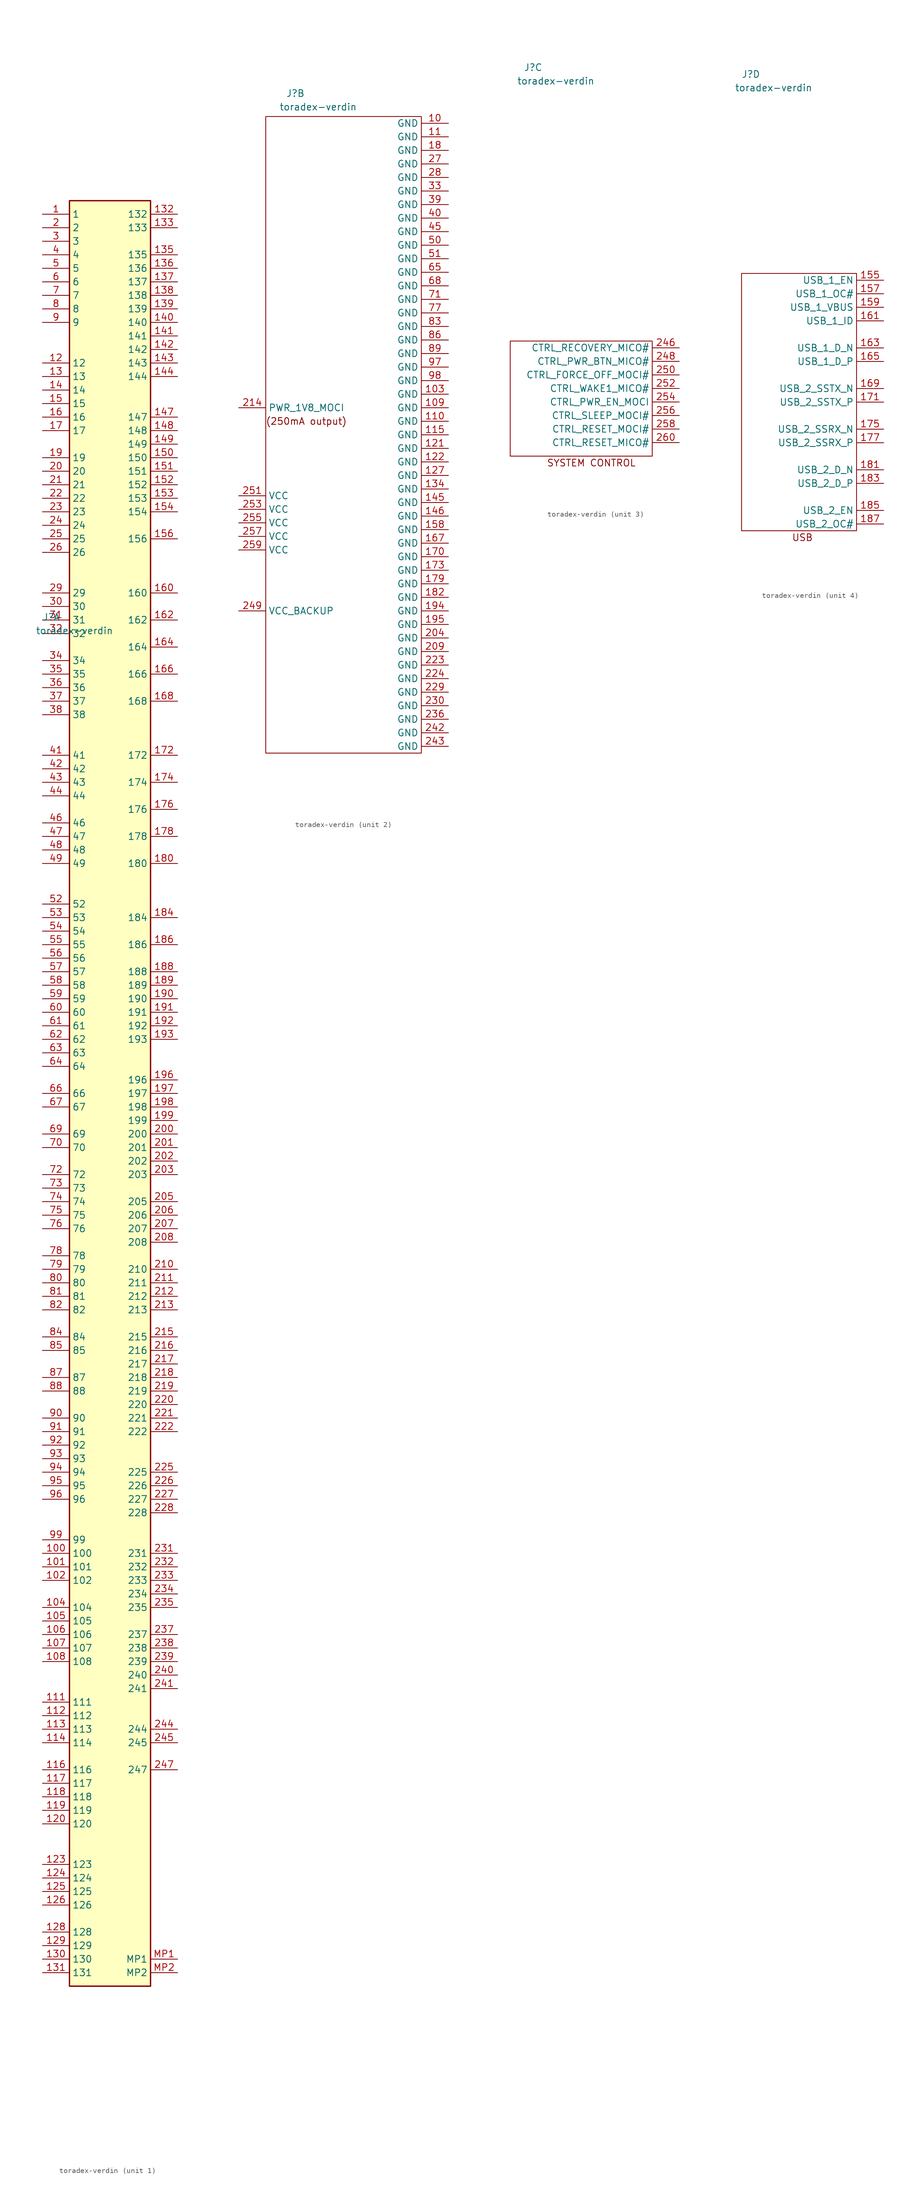
<source format=kicad_sym>
(kicad_symbol_lib
  (version 20220914)
  (generator kicad_symbol_editor)
  (symbol "toradex-verdin"
    (property "Reference" "J"
      (at -12.7 62.23 0)
      (effects (font (size 1.27 1.27)) (justify left top)))
    (property "Value" "toradex-verdin"
      (at -13.97 59.69 0)
      (effects (font (size 1.27 1.27)) (justify left top)))
    (property "ki_locked" ""
      (at 0 0 0)
      (effects (font (size 1.27 1.27))))
    (symbol "toradex-verdin_1_1"
      (rectangle (start -7.62 139.7) (end 7.62 -195.58) (stroke (width 0.254) (type default)) (fill (type background)))
      (pin passive line (at -12.7 137.16 0) (length 5.08) (name "1" (effects (font (size 1.27 1.27)))) (number "1" (effects (font (size 1.27 1.27)))))
      (pin passive line (at -12.7 -114.3 0) (length 5.08) (name "100" (effects (font (size 1.27 1.27)))) (number "100" (effects (font (size 1.27 1.27)))))
      (pin passive line (at -12.7 -116.84 0) (length 5.08) (name "101" (effects (font (size 1.27 1.27)))) (number "101" (effects (font (size 1.27 1.27)))))
      (pin passive line (at -12.7 -119.38 0) (length 5.08) (name "102" (effects (font (size 1.27 1.27)))) (number "102" (effects (font (size 1.27 1.27)))))
      (pin passive line (at -12.7 -124.46 0) (length 5.08) (name "104" (effects (font (size 1.27 1.27)))) (number "104" (effects (font (size 1.27 1.27)))))
      (pin passive line (at -12.7 -127 0) (length 5.08) (name "105" (effects (font (size 1.27 1.27)))) (number "105" (effects (font (size 1.27 1.27)))))
      (pin passive line (at -12.7 -129.54 0) (length 5.08) (name "106" (effects (font (size 1.27 1.27)))) (number "106" (effects (font (size 1.27 1.27)))))
      (pin passive line (at -12.7 -132.08 0) (length 5.08) (name "107" (effects (font (size 1.27 1.27)))) (number "107" (effects (font (size 1.27 1.27)))))
      (pin passive line (at -12.7 -134.62 0) (length 5.08) (name "108" (effects (font (size 1.27 1.27)))) (number "108" (effects (font (size 1.27 1.27)))))
      (pin passive line (at -12.7 -142.24 0) (length 5.08) (name "111" (effects (font (size 1.27 1.27)))) (number "111" (effects (font (size 1.27 1.27)))))
      (pin passive line (at -12.7 -144.78 0) (length 5.08) (name "112" (effects (font (size 1.27 1.27)))) (number "112" (effects (font (size 1.27 1.27)))))
      (pin passive line (at -12.7 -147.32 0) (length 5.08) (name "113" (effects (font (size 1.27 1.27)))) (number "113" (effects (font (size 1.27 1.27)))))
      (pin passive line (at -12.7 -149.86 0) (length 5.08) (name "114" (effects (font (size 1.27 1.27)))) (number "114" (effects (font (size 1.27 1.27)))))
      (pin passive line (at -12.7 -154.94 0) (length 5.08) (name "116" (effects (font (size 1.27 1.27)))) (number "116" (effects (font (size 1.27 1.27)))))
      (pin passive line (at -12.7 -157.48 0) (length 5.08) (name "117" (effects (font (size 1.27 1.27)))) (number "117" (effects (font (size 1.27 1.27)))))
      (pin passive line (at -12.7 -160.02 0) (length 5.08) (name "118" (effects (font (size 1.27 1.27)))) (number "118" (effects (font (size 1.27 1.27)))))
      (pin passive line (at -12.7 -162.56 0) (length 5.08) (name "119" (effects (font (size 1.27 1.27)))) (number "119" (effects (font (size 1.27 1.27)))))
      (pin passive line (at -12.7 109.22 0) (length 5.08) (name "12" (effects (font (size 1.27 1.27)))) (number "12" (effects (font (size 1.27 1.27)))))
      (pin passive line (at -12.7 -165.1 0) (length 5.08) (name "120" (effects (font (size 1.27 1.27)))) (number "120" (effects (font (size 1.27 1.27)))))
      (pin passive line (at -12.7 -172.72 0) (length 5.08) (name "123" (effects (font (size 1.27 1.27)))) (number "123" (effects (font (size 1.27 1.27)))))
      (pin passive line (at -12.7 -175.26 0) (length 5.08) (name "124" (effects (font (size 1.27 1.27)))) (number "124" (effects (font (size 1.27 1.27)))))
      (pin passive line (at -12.7 -177.8 0) (length 5.08) (name "125" (effects (font (size 1.27 1.27)))) (number "125" (effects (font (size 1.27 1.27)))))
      (pin passive line (at -12.7 -180.34 0) (length 5.08) (name "126" (effects (font (size 1.27 1.27)))) (number "126" (effects (font (size 1.27 1.27)))))
      (pin passive line (at -12.7 -185.42 0) (length 5.08) (name "128" (effects (font (size 1.27 1.27)))) (number "128" (effects (font (size 1.27 1.27)))))
      (pin passive line (at -12.7 -187.96 0) (length 5.08) (name "129" (effects (font (size 1.27 1.27)))) (number "129" (effects (font (size 1.27 1.27)))))
      (pin passive line (at -12.7 106.68 0) (length 5.08) (name "13" (effects (font (size 1.27 1.27)))) (number "13" (effects (font (size 1.27 1.27)))))
      (pin passive line (at -12.7 -190.5 0) (length 5.08) (name "130" (effects (font (size 1.27 1.27)))) (number "130" (effects (font (size 1.27 1.27)))))
      (pin passive line (at -12.7 -193.04 0) (length 5.08) (name "131" (effects (font (size 1.27 1.27)))) (number "131" (effects (font (size 1.27 1.27)))))
      (pin passive line (at 12.7 137.16 180) (length 5.08) (name "132" (effects (font (size 1.27 1.27)))) (number "132" (effects (font (size 1.27 1.27)))))
      (pin passive line (at 12.7 134.62 180) (length 5.08) (name "133" (effects (font (size 1.27 1.27)))) (number "133" (effects (font (size 1.27 1.27)))))
      (pin passive line (at 12.7 129.54 180) (length 5.08) (name "135" (effects (font (size 1.27 1.27)))) (number "135" (effects (font (size 1.27 1.27)))))
      (pin passive line (at 12.7 127 180) (length 5.08) (name "136" (effects (font (size 1.27 1.27)))) (number "136" (effects (font (size 1.27 1.27)))))
      (pin passive line (at 12.7 124.46 180) (length 5.08) (name "137" (effects (font (size 1.27 1.27)))) (number "137" (effects (font (size 1.27 1.27)))))
      (pin passive line (at 12.7 121.92 180) (length 5.08) (name "138" (effects (font (size 1.27 1.27)))) (number "138" (effects (font (size 1.27 1.27)))))
      (pin passive line (at 12.7 119.38 180) (length 5.08) (name "139" (effects (font (size 1.27 1.27)))) (number "139" (effects (font (size 1.27 1.27)))))
      (pin passive line (at -12.7 104.14 0) (length 5.08) (name "14" (effects (font (size 1.27 1.27)))) (number "14" (effects (font (size 1.27 1.27)))))
      (pin passive line (at 12.7 116.84 180) (length 5.08) (name "140" (effects (font (size 1.27 1.27)))) (number "140" (effects (font (size 1.27 1.27)))))
      (pin passive line (at 12.7 114.3 180) (length 5.08) (name "141" (effects (font (size 1.27 1.27)))) (number "141" (effects (font (size 1.27 1.27)))))
      (pin passive line (at 12.7 111.76 180) (length 5.08) (name "142" (effects (font (size 1.27 1.27)))) (number "142" (effects (font (size 1.27 1.27)))))
      (pin passive line (at 12.7 109.22 180) (length 5.08) (name "143" (effects (font (size 1.27 1.27)))) (number "143" (effects (font (size 1.27 1.27)))))
      (pin passive line (at 12.7 106.68 180) (length 5.08) (name "144" (effects (font (size 1.27 1.27)))) (number "144" (effects (font (size 1.27 1.27)))))
      (pin passive line (at 12.7 99.06 180) (length 5.08) (name "147" (effects (font (size 1.27 1.27)))) (number "147" (effects (font (size 1.27 1.27)))))
      (pin passive line (at 12.7 96.52 180) (length 5.08) (name "148" (effects (font (size 1.27 1.27)))) (number "148" (effects (font (size 1.27 1.27)))))
      (pin passive line (at 12.7 93.98 180) (length 5.08) (name "149" (effects (font (size 1.27 1.27)))) (number "149" (effects (font (size 1.27 1.27)))))
      (pin passive line (at -12.7 101.6 0) (length 5.08) (name "15" (effects (font (size 1.27 1.27)))) (number "15" (effects (font (size 1.27 1.27)))))
      (pin passive line (at 12.7 91.44 180) (length 5.08) (name "150" (effects (font (size 1.27 1.27)))) (number "150" (effects (font (size 1.27 1.27)))))
      (pin passive line (at 12.7 88.9 180) (length 5.08) (name "151" (effects (font (size 1.27 1.27)))) (number "151" (effects (font (size 1.27 1.27)))))
      (pin passive line (at 12.7 86.36 180) (length 5.08) (name "152" (effects (font (size 1.27 1.27)))) (number "152" (effects (font (size 1.27 1.27)))))
      (pin passive line (at 12.7 83.82 180) (length 5.08) (name "153" (effects (font (size 1.27 1.27)))) (number "153" (effects (font (size 1.27 1.27)))))
      (pin passive line (at 12.7 81.28 180) (length 5.08) (name "154" (effects (font (size 1.27 1.27)))) (number "154" (effects (font (size 1.27 1.27)))))
      (pin passive line (at 12.7 76.2 180) (length 5.08) (name "156" (effects (font (size 1.27 1.27)))) (number "156" (effects (font (size 1.27 1.27)))))
      (pin passive line (at -12.7 99.06 0) (length 5.08) (name "16" (effects (font (size 1.27 1.27)))) (number "16" (effects (font (size 1.27 1.27)))))
      (pin passive line (at 12.7 66.04 180) (length 5.08) (name "160" (effects (font (size 1.27 1.27)))) (number "160" (effects (font (size 1.27 1.27)))))
      (pin passive line (at 12.7 60.96 180) (length 5.08) (name "162" (effects (font (size 1.27 1.27)))) (number "162" (effects (font (size 1.27 1.27)))))
      (pin passive line (at 12.7 55.88 180) (length 5.08) (name "164" (effects (font (size 1.27 1.27)))) (number "164" (effects (font (size 1.27 1.27)))))
      (pin passive line (at 12.7 50.8 180) (length 5.08) (name "166" (effects (font (size 1.27 1.27)))) (number "166" (effects (font (size 1.27 1.27)))))
      (pin passive line (at 12.7 45.72 180) (length 5.08) (name "168" (effects (font (size 1.27 1.27)))) (number "168" (effects (font (size 1.27 1.27)))))
      (pin passive line (at -12.7 96.52 0) (length 5.08) (name "17" (effects (font (size 1.27 1.27)))) (number "17" (effects (font (size 1.27 1.27)))))
      (pin passive line (at 12.7 35.56 180) (length 5.08) (name "172" (effects (font (size 1.27 1.27)))) (number "172" (effects (font (size 1.27 1.27)))))
      (pin passive line (at 12.7 30.48 180) (length 5.08) (name "174" (effects (font (size 1.27 1.27)))) (number "174" (effects (font (size 1.27 1.27)))))
      (pin passive line (at 12.7 25.4 180) (length 5.08) (name "176" (effects (font (size 1.27 1.27)))) (number "176" (effects (font (size 1.27 1.27)))))
      (pin passive line (at 12.7 20.32 180) (length 5.08) (name "178" (effects (font (size 1.27 1.27)))) (number "178" (effects (font (size 1.27 1.27)))))
      (pin passive line (at 12.7 15.24 180) (length 5.08) (name "180" (effects (font (size 1.27 1.27)))) (number "180" (effects (font (size 1.27 1.27)))))
      (pin passive line (at 12.7 5.08 180) (length 5.08) (name "184" (effects (font (size 1.27 1.27)))) (number "184" (effects (font (size 1.27 1.27)))))
      (pin passive line (at 12.7 0 180) (length 5.08) (name "186" (effects (font (size 1.27 1.27)))) (number "186" (effects (font (size 1.27 1.27)))))
      (pin passive line (at 12.7 -5.08 180) (length 5.08) (name "188" (effects (font (size 1.27 1.27)))) (number "188" (effects (font (size 1.27 1.27)))))
      (pin passive line (at 12.7 -7.62 180) (length 5.08) (name "189" (effects (font (size 1.27 1.27)))) (number "189" (effects (font (size 1.27 1.27)))))
      (pin passive line (at -12.7 91.44 0) (length 5.08) (name "19" (effects (font (size 1.27 1.27)))) (number "19" (effects (font (size 1.27 1.27)))))
      (pin passive line (at 12.7 -10.16 180) (length 5.08) (name "190" (effects (font (size 1.27 1.27)))) (number "190" (effects (font (size 1.27 1.27)))))
      (pin passive line (at 12.7 -12.7 180) (length 5.08) (name "191" (effects (font (size 1.27 1.27)))) (number "191" (effects (font (size 1.27 1.27)))))
      (pin passive line (at 12.7 -15.24 180) (length 5.08) (name "192" (effects (font (size 1.27 1.27)))) (number "192" (effects (font (size 1.27 1.27)))))
      (pin passive line (at 12.7 -17.78 180) (length 5.08) (name "193" (effects (font (size 1.27 1.27)))) (number "193" (effects (font (size 1.27 1.27)))))
      (pin passive line (at 12.7 -25.4 180) (length 5.08) (name "196" (effects (font (size 1.27 1.27)))) (number "196" (effects (font (size 1.27 1.27)))))
      (pin passive line (at 12.7 -27.94 180) (length 5.08) (name "197" (effects (font (size 1.27 1.27)))) (number "197" (effects (font (size 1.27 1.27)))))
      (pin passive line (at 12.7 -30.48 180) (length 5.08) (name "198" (effects (font (size 1.27 1.27)))) (number "198" (effects (font (size 1.27 1.27)))))
      (pin passive line (at 12.7 -33.02 180) (length 5.08) (name "199" (effects (font (size 1.27 1.27)))) (number "199" (effects (font (size 1.27 1.27)))))
      (pin passive line (at -12.7 134.62 0) (length 5.08) (name "2" (effects (font (size 1.27 1.27)))) (number "2" (effects (font (size 1.27 1.27)))))
      (pin passive line (at -12.7 88.9 0) (length 5.08) (name "20" (effects (font (size 1.27 1.27)))) (number "20" (effects (font (size 1.27 1.27)))))
      (pin passive line (at 12.7 -35.56 180) (length 5.08) (name "200" (effects (font (size 1.27 1.27)))) (number "200" (effects (font (size 1.27 1.27)))))
      (pin passive line (at 12.7 -38.1 180) (length 5.08) (name "201" (effects (font (size 1.27 1.27)))) (number "201" (effects (font (size 1.27 1.27)))))
      (pin passive line (at 12.7 -40.64 180) (length 5.08) (name "202" (effects (font (size 1.27 1.27)))) (number "202" (effects (font (size 1.27 1.27)))))
      (pin passive line (at 12.7 -43.18 180) (length 5.08) (name "203" (effects (font (size 1.27 1.27)))) (number "203" (effects (font (size 1.27 1.27)))))
      (pin passive line (at 12.7 -48.26 180) (length 5.08) (name "205" (effects (font (size 1.27 1.27)))) (number "205" (effects (font (size 1.27 1.27)))))
      (pin passive line (at 12.7 -50.8 180) (length 5.08) (name "206" (effects (font (size 1.27 1.27)))) (number "206" (effects (font (size 1.27 1.27)))))
      (pin passive line (at 12.7 -53.34 180) (length 5.08) (name "207" (effects (font (size 1.27 1.27)))) (number "207" (effects (font (size 1.27 1.27)))))
      (pin passive line (at 12.7 -55.88 180) (length 5.08) (name "208" (effects (font (size 1.27 1.27)))) (number "208" (effects (font (size 1.27 1.27)))))
      (pin passive line (at -12.7 86.36 0) (length 5.08) (name "21" (effects (font (size 1.27 1.27)))) (number "21" (effects (font (size 1.27 1.27)))))
      (pin passive line (at 12.7 -60.96 180) (length 5.08) (name "210" (effects (font (size 1.27 1.27)))) (number "210" (effects (font (size 1.27 1.27)))))
      (pin passive line (at 12.7 -63.5 180) (length 5.08) (name "211" (effects (font (size 1.27 1.27)))) (number "211" (effects (font (size 1.27 1.27)))))
      (pin passive line (at 12.7 -66.04 180) (length 5.08) (name "212" (effects (font (size 1.27 1.27)))) (number "212" (effects (font (size 1.27 1.27)))))
      (pin passive line (at 12.7 -68.58 180) (length 5.08) (name "213" (effects (font (size 1.27 1.27)))) (number "213" (effects (font (size 1.27 1.27)))))
      (pin passive line (at 12.7 -73.66 180) (length 5.08) (name "215" (effects (font (size 1.27 1.27)))) (number "215" (effects (font (size 1.27 1.27)))))
      (pin passive line (at 12.7 -76.2 180) (length 5.08) (name "216" (effects (font (size 1.27 1.27)))) (number "216" (effects (font (size 1.27 1.27)))))
      (pin passive line (at 12.7 -78.74 180) (length 5.08) (name "217" (effects (font (size 1.27 1.27)))) (number "217" (effects (font (size 1.27 1.27)))))
      (pin passive line (at 12.7 -81.28 180) (length 5.08) (name "218" (effects (font (size 1.27 1.27)))) (number "218" (effects (font (size 1.27 1.27)))))
      (pin passive line (at 12.7 -83.82 180) (length 5.08) (name "219" (effects (font (size 1.27 1.27)))) (number "219" (effects (font (size 1.27 1.27)))))
      (pin passive line (at -12.7 83.82 0) (length 5.08) (name "22" (effects (font (size 1.27 1.27)))) (number "22" (effects (font (size 1.27 1.27)))))
      (pin passive line (at 12.7 -86.36 180) (length 5.08) (name "220" (effects (font (size 1.27 1.27)))) (number "220" (effects (font (size 1.27 1.27)))))
      (pin passive line (at 12.7 -88.9 180) (length 5.08) (name "221" (effects (font (size 1.27 1.27)))) (number "221" (effects (font (size 1.27 1.27)))))
      (pin passive line (at 12.7 -91.44 180) (length 5.08) (name "222" (effects (font (size 1.27 1.27)))) (number "222" (effects (font (size 1.27 1.27)))))
      (pin passive line (at 12.7 -99.06 180) (length 5.08) (name "225" (effects (font (size 1.27 1.27)))) (number "225" (effects (font (size 1.27 1.27)))))
      (pin passive line (at 12.7 -101.6 180) (length 5.08) (name "226" (effects (font (size 1.27 1.27)))) (number "226" (effects (font (size 1.27 1.27)))))
      (pin passive line (at 12.7 -104.14 180) (length 5.08) (name "227" (effects (font (size 1.27 1.27)))) (number "227" (effects (font (size 1.27 1.27)))))
      (pin passive line (at 12.7 -106.68 180) (length 5.08) (name "228" (effects (font (size 1.27 1.27)))) (number "228" (effects (font (size 1.27 1.27)))))
      (pin passive line (at -12.7 81.28 0) (length 5.08) (name "23" (effects (font (size 1.27 1.27)))) (number "23" (effects (font (size 1.27 1.27)))))
      (pin passive line (at 12.7 -114.3 180) (length 5.08) (name "231" (effects (font (size 1.27 1.27)))) (number "231" (effects (font (size 1.27 1.27)))))
      (pin passive line (at 12.7 -116.84 180) (length 5.08) (name "232" (effects (font (size 1.27 1.27)))) (number "232" (effects (font (size 1.27 1.27)))))
      (pin passive line (at 12.7 -119.38 180) (length 5.08) (name "233" (effects (font (size 1.27 1.27)))) (number "233" (effects (font (size 1.27 1.27)))))
      (pin passive line (at 12.7 -121.92 180) (length 5.08) (name "234" (effects (font (size 1.27 1.27)))) (number "234" (effects (font (size 1.27 1.27)))))
      (pin passive line (at 12.7 -124.46 180) (length 5.08) (name "235" (effects (font (size 1.27 1.27)))) (number "235" (effects (font (size 1.27 1.27)))))
      (pin passive line (at 12.7 -129.54 180) (length 5.08) (name "237" (effects (font (size 1.27 1.27)))) (number "237" (effects (font (size 1.27 1.27)))))
      (pin passive line (at 12.7 -132.08 180) (length 5.08) (name "238" (effects (font (size 1.27 1.27)))) (number "238" (effects (font (size 1.27 1.27)))))
      (pin passive line (at 12.7 -134.62 180) (length 5.08) (name "239" (effects (font (size 1.27 1.27)))) (number "239" (effects (font (size 1.27 1.27)))))
      (pin passive line (at -12.7 78.74 0) (length 5.08) (name "24" (effects (font (size 1.27 1.27)))) (number "24" (effects (font (size 1.27 1.27)))))
      (pin passive line (at 12.7 -137.16 180) (length 5.08) (name "240" (effects (font (size 1.27 1.27)))) (number "240" (effects (font (size 1.27 1.27)))))
      (pin passive line (at 12.7 -139.7 180) (length 5.08) (name "241" (effects (font (size 1.27 1.27)))) (number "241" (effects (font (size 1.27 1.27)))))
      (pin passive line (at 12.7 -147.32 180) (length 5.08) (name "244" (effects (font (size 1.27 1.27)))) (number "244" (effects (font (size 1.27 1.27)))))
      (pin passive line (at 12.7 -149.86 180) (length 5.08) (name "245" (effects (font (size 1.27 1.27)))) (number "245" (effects (font (size 1.27 1.27)))))
      (pin passive line (at 12.7 -154.94 180) (length 5.08) (name "247" (effects (font (size 1.27 1.27)))) (number "247" (effects (font (size 1.27 1.27)))))
      (pin passive line (at -12.7 76.2 0) (length 5.08) (name "25" (effects (font (size 1.27 1.27)))) (number "25" (effects (font (size 1.27 1.27)))))
      (pin passive line (at -12.7 73.66 0) (length 5.08) (name "26" (effects (font (size 1.27 1.27)))) (number "26" (effects (font (size 1.27 1.27)))))
      (pin passive line (at -12.7 66.04 0) (length 5.08) (name "29" (effects (font (size 1.27 1.27)))) (number "29" (effects (font (size 1.27 1.27)))))
      (pin passive line (at -12.7 132.08 0) (length 5.08) (name "3" (effects (font (size 1.27 1.27)))) (number "3" (effects (font (size 1.27 1.27)))))
      (pin passive line (at -12.7 63.5 0) (length 5.08) (name "30" (effects (font (size 1.27 1.27)))) (number "30" (effects (font (size 1.27 1.27)))))
      (pin passive line (at -12.7 60.96 0) (length 5.08) (name "31" (effects (font (size 1.27 1.27)))) (number "31" (effects (font (size 1.27 1.27)))))
      (pin passive line (at -12.7 58.42 0) (length 5.08) (name "32" (effects (font (size 1.27 1.27)))) (number "32" (effects (font (size 1.27 1.27)))))
      (pin passive line (at -12.7 53.34 0) (length 5.08) (name "34" (effects (font (size 1.27 1.27)))) (number "34" (effects (font (size 1.27 1.27)))))
      (pin passive line (at -12.7 50.8 0) (length 5.08) (name "35" (effects (font (size 1.27 1.27)))) (number "35" (effects (font (size 1.27 1.27)))))
      (pin passive line (at -12.7 48.26 0) (length 5.08) (name "36" (effects (font (size 1.27 1.27)))) (number "36" (effects (font (size 1.27 1.27)))))
      (pin passive line (at -12.7 45.72 0) (length 5.08) (name "37" (effects (font (size 1.27 1.27)))) (number "37" (effects (font (size 1.27 1.27)))))
      (pin passive line (at -12.7 43.18 0) (length 5.08) (name "38" (effects (font (size 1.27 1.27)))) (number "38" (effects (font (size 1.27 1.27)))))
      (pin passive line (at -12.7 129.54 0) (length 5.08) (name "4" (effects (font (size 1.27 1.27)))) (number "4" (effects (font (size 1.27 1.27)))))
      (pin passive line (at -12.7 35.56 0) (length 5.08) (name "41" (effects (font (size 1.27 1.27)))) (number "41" (effects (font (size 1.27 1.27)))))
      (pin passive line (at -12.7 33.02 0) (length 5.08) (name "42" (effects (font (size 1.27 1.27)))) (number "42" (effects (font (size 1.27 1.27)))))
      (pin passive line (at -12.7 30.48 0) (length 5.08) (name "43" (effects (font (size 1.27 1.27)))) (number "43" (effects (font (size 1.27 1.27)))))
      (pin passive line (at -12.7 27.94 0) (length 5.08) (name "44" (effects (font (size 1.27 1.27)))) (number "44" (effects (font (size 1.27 1.27)))))
      (pin passive line (at -12.7 22.86 0) (length 5.08) (name "46" (effects (font (size 1.27 1.27)))) (number "46" (effects (font (size 1.27 1.27)))))
      (pin passive line (at -12.7 20.32 0) (length 5.08) (name "47" (effects (font (size 1.27 1.27)))) (number "47" (effects (font (size 1.27 1.27)))))
      (pin passive line (at -12.7 17.78 0) (length 5.08) (name "48" (effects (font (size 1.27 1.27)))) (number "48" (effects (font (size 1.27 1.27)))))
      (pin passive line (at -12.7 15.24 0) (length 5.08) (name "49" (effects (font (size 1.27 1.27)))) (number "49" (effects (font (size 1.27 1.27)))))
      (pin passive line (at -12.7 127 0) (length 5.08) (name "5" (effects (font (size 1.27 1.27)))) (number "5" (effects (font (size 1.27 1.27)))))
      (pin passive line (at -12.7 7.62 0) (length 5.08) (name "52" (effects (font (size 1.27 1.27)))) (number "52" (effects (font (size 1.27 1.27)))))
      (pin passive line (at -12.7 5.08 0) (length 5.08) (name "53" (effects (font (size 1.27 1.27)))) (number "53" (effects (font (size 1.27 1.27)))))
      (pin passive line (at -12.7 2.54 0) (length 5.08) (name "54" (effects (font (size 1.27 1.27)))) (number "54" (effects (font (size 1.27 1.27)))))
      (pin passive line (at -12.7 0 0) (length 5.08) (name "55" (effects (font (size 1.27 1.27)))) (number "55" (effects (font (size 1.27 1.27)))))
      (pin passive line (at -12.7 -2.54 0) (length 5.08) (name "56" (effects (font (size 1.27 1.27)))) (number "56" (effects (font (size 1.27 1.27)))))
      (pin passive line (at -12.7 -5.08 0) (length 5.08) (name "57" (effects (font (size 1.27 1.27)))) (number "57" (effects (font (size 1.27 1.27)))))
      (pin passive line (at -12.7 -7.62 0) (length 5.08) (name "58" (effects (font (size 1.27 1.27)))) (number "58" (effects (font (size 1.27 1.27)))))
      (pin passive line (at -12.7 -10.16 0) (length 5.08) (name "59" (effects (font (size 1.27 1.27)))) (number "59" (effects (font (size 1.27 1.27)))))
      (pin passive line (at -12.7 124.46 0) (length 5.08) (name "6" (effects (font (size 1.27 1.27)))) (number "6" (effects (font (size 1.27 1.27)))))
      (pin passive line (at -12.7 -12.7 0) (length 5.08) (name "60" (effects (font (size 1.27 1.27)))) (number "60" (effects (font (size 1.27 1.27)))))
      (pin passive line (at -12.7 -15.24 0) (length 5.08) (name "61" (effects (font (size 1.27 1.27)))) (number "61" (effects (font (size 1.27 1.27)))))
      (pin passive line (at -12.7 -17.78 0) (length 5.08) (name "62" (effects (font (size 1.27 1.27)))) (number "62" (effects (font (size 1.27 1.27)))))
      (pin passive line (at -12.7 -20.32 0) (length 5.08) (name "63" (effects (font (size 1.27 1.27)))) (number "63" (effects (font (size 1.27 1.27)))))
      (pin passive line (at -12.7 -22.86 0) (length 5.08) (name "64" (effects (font (size 1.27 1.27)))) (number "64" (effects (font (size 1.27 1.27)))))
      (pin passive line (at -12.7 -27.94 0) (length 5.08) (name "66" (effects (font (size 1.27 1.27)))) (number "66" (effects (font (size 1.27 1.27)))))
      (pin passive line (at -12.7 -30.48 0) (length 5.08) (name "67" (effects (font (size 1.27 1.27)))) (number "67" (effects (font (size 1.27 1.27)))))
      (pin passive line (at -12.7 -35.56 0) (length 5.08) (name "69" (effects (font (size 1.27 1.27)))) (number "69" (effects (font (size 1.27 1.27)))))
      (pin passive line (at -12.7 121.92 0) (length 5.08) (name "7" (effects (font (size 1.27 1.27)))) (number "7" (effects (font (size 1.27 1.27)))))
      (pin passive line (at -12.7 -38.1 0) (length 5.08) (name "70" (effects (font (size 1.27 1.27)))) (number "70" (effects (font (size 1.27 1.27)))))
      (pin passive line (at -12.7 -43.18 0) (length 5.08) (name "72" (effects (font (size 1.27 1.27)))) (number "72" (effects (font (size 1.27 1.27)))))
      (pin passive line (at -12.7 -45.72 0) (length 5.08) (name "73" (effects (font (size 1.27 1.27)))) (number "73" (effects (font (size 1.27 1.27)))))
      (pin passive line (at -12.7 -48.26 0) (length 5.08) (name "74" (effects (font (size 1.27 1.27)))) (number "74" (effects (font (size 1.27 1.27)))))
      (pin passive line (at -12.7 -50.8 0) (length 5.08) (name "75" (effects (font (size 1.27 1.27)))) (number "75" (effects (font (size 1.27 1.27)))))
      (pin passive line (at -12.7 -53.34 0) (length 5.08) (name "76" (effects (font (size 1.27 1.27)))) (number "76" (effects (font (size 1.27 1.27)))))
      (pin passive line (at -12.7 -58.42 0) (length 5.08) (name "78" (effects (font (size 1.27 1.27)))) (number "78" (effects (font (size 1.27 1.27)))))
      (pin passive line (at -12.7 -60.96 0) (length 5.08) (name "79" (effects (font (size 1.27 1.27)))) (number "79" (effects (font (size 1.27 1.27)))))
      (pin passive line (at -12.7 119.38 0) (length 5.08) (name "8" (effects (font (size 1.27 1.27)))) (number "8" (effects (font (size 1.27 1.27)))))
      (pin passive line (at -12.7 -63.5 0) (length 5.08) (name "80" (effects (font (size 1.27 1.27)))) (number "80" (effects (font (size 1.27 1.27)))))
      (pin passive line (at -12.7 -66.04 0) (length 5.08) (name "81" (effects (font (size 1.27 1.27)))) (number "81" (effects (font (size 1.27 1.27)))))
      (pin passive line (at -12.7 -68.58 0) (length 5.08) (name "82" (effects (font (size 1.27 1.27)))) (number "82" (effects (font (size 1.27 1.27)))))
      (pin passive line (at -12.7 -73.66 0) (length 5.08) (name "84" (effects (font (size 1.27 1.27)))) (number "84" (effects (font (size 1.27 1.27)))))
      (pin passive line (at -12.7 -76.2 0) (length 5.08) (name "85" (effects (font (size 1.27 1.27)))) (number "85" (effects (font (size 1.27 1.27)))))
      (pin passive line (at -12.7 -81.28 0) (length 5.08) (name "87" (effects (font (size 1.27 1.27)))) (number "87" (effects (font (size 1.27 1.27)))))
      (pin passive line (at -12.7 -83.82 0) (length 5.08) (name "88" (effects (font (size 1.27 1.27)))) (number "88" (effects (font (size 1.27 1.27)))))
      (pin passive line (at -12.7 116.84 0) (length 5.08) (name "9" (effects (font (size 1.27 1.27)))) (number "9" (effects (font (size 1.27 1.27)))))
      (pin passive line (at -12.7 -88.9 0) (length 5.08) (name "90" (effects (font (size 1.27 1.27)))) (number "90" (effects (font (size 1.27 1.27)))))
      (pin passive line (at -12.7 -91.44 0) (length 5.08) (name "91" (effects (font (size 1.27 1.27)))) (number "91" (effects (font (size 1.27 1.27)))))
      (pin passive line (at -12.7 -93.98 0) (length 5.08) (name "92" (effects (font (size 1.27 1.27)))) (number "92" (effects (font (size 1.27 1.27)))))
      (pin passive line (at -12.7 -96.52 0) (length 5.08) (name "93" (effects (font (size 1.27 1.27)))) (number "93" (effects (font (size 1.27 1.27)))))
      (pin passive line (at -12.7 -99.06 0) (length 5.08) (name "94" (effects (font (size 1.27 1.27)))) (number "94" (effects (font (size 1.27 1.27)))))
      (pin passive line (at -12.7 -101.6 0) (length 5.08) (name "95" (effects (font (size 1.27 1.27)))) (number "95" (effects (font (size 1.27 1.27)))))
      (pin passive line (at -12.7 -104.14 0) (length 5.08) (name "96" (effects (font (size 1.27 1.27)))) (number "96" (effects (font (size 1.27 1.27)))))
      (pin passive line (at -12.7 -111.76 0) (length 5.08) (name "99" (effects (font (size 1.27 1.27)))) (number "99" (effects (font (size 1.27 1.27)))))
      (pin passive line (at 12.7 -190.5 180) (length 5.08) (name "MP1" (effects (font (size 1.27 1.27)))) (number "MP1" (effects (font (size 1.27 1.27)))))
      (pin passive line (at 12.7 -193.04 180) (length 5.08) (name "MP2" (effects (font (size 1.27 1.27)))) (number "MP2" (effects (font (size 1.27 1.27))))))
    (symbol "toradex-verdin_2_1"
      (rectangle (start -16.51 57.15) (end 12.7 -62.23) (stroke (width 0) (type default)) (fill (type none)))
      (text "(250mA output)" (at -8.89 0 0) (effects (font (size 1.27 1.27))))
      (pin power_in line (at 17.78 55.88 180) (length 5.08) (name "GND" (effects (font (size 1.27 1.27)))) (number "10" (effects (font (size 1.27 1.27)))))
      (pin power_in line (at 17.78 5.08 180) (length 5.08) (name "GND" (effects (font (size 1.27 1.27)))) (number "103" (effects (font (size 1.27 1.27)))))
      (pin power_in line (at 17.78 2.54 180) (length 5.08) (name "GND" (effects (font (size 1.27 1.27)))) (number "109" (effects (font (size 1.27 1.27)))))
      (pin power_in line (at 17.78 53.34 180) (length 5.08) (name "GND" (effects (font (size 1.27 1.27)))) (number "11" (effects (font (size 1.27 1.27)))))
      (pin power_in line (at 17.78 0 180) (length 5.08) (name "GND" (effects (font (size 1.27 1.27)))) (number "110" (effects (font (size 1.27 1.27)))))
      (pin power_in line (at 17.78 -2.54 180) (length 5.08) (name "GND" (effects (font (size 1.27 1.27)))) (number "115" (effects (font (size 1.27 1.27)))))
      (pin power_in line (at 17.78 -5.08 180) (length 5.08) (name "GND" (effects (font (size 1.27 1.27)))) (number "121" (effects (font (size 1.27 1.27)))))
      (pin power_in line (at 17.78 -7.62 180) (length 5.08) (name "GND" (effects (font (size 1.27 1.27)))) (number "122" (effects (font (size 1.27 1.27)))))
      (pin power_in line (at 17.78 -10.16 180) (length 5.08) (name "GND" (effects (font (size 1.27 1.27)))) (number "127" (effects (font (size 1.27 1.27)))))
      (pin power_in line (at 17.78 -12.7 180) (length 5.08) (name "GND" (effects (font (size 1.27 1.27)))) (number "134" (effects (font (size 1.27 1.27)))))
      (pin power_in line (at 17.78 -15.24 180) (length 5.08) (name "GND" (effects (font (size 1.27 1.27)))) (number "145" (effects (font (size 1.27 1.27)))))
      (pin power_in line (at 17.78 -17.78 180) (length 5.08) (name "GND" (effects (font (size 1.27 1.27)))) (number "146" (effects (font (size 1.27 1.27)))))
      (pin power_in line (at 17.78 -20.32 180) (length 5.08) (name "GND" (effects (font (size 1.27 1.27)))) (number "158" (effects (font (size 1.27 1.27)))))
      (pin power_in line (at 17.78 -22.86 180) (length 5.08) (name "GND" (effects (font (size 1.27 1.27)))) (number "167" (effects (font (size 1.27 1.27)))))
      (pin power_in line (at 17.78 -25.4 180) (length 5.08) (name "GND" (effects (font (size 1.27 1.27)))) (number "170" (effects (font (size 1.27 1.27)))))
      (pin power_in line (at 17.78 -27.94 180) (length 5.08) (name "GND" (effects (font (size 1.27 1.27)))) (number "173" (effects (font (size 1.27 1.27)))))
      (pin power_in line (at 17.78 -30.48 180) (length 5.08) (name "GND" (effects (font (size 1.27 1.27)))) (number "179" (effects (font (size 1.27 1.27)))))
      (pin power_in line (at 17.78 50.8 180) (length 5.08) (name "GND" (effects (font (size 1.27 1.27)))) (number "18" (effects (font (size 1.27 1.27)))))
      (pin power_in line (at 17.78 -33.02 180) (length 5.08) (name "GND" (effects (font (size 1.27 1.27)))) (number "182" (effects (font (size 1.27 1.27)))))
      (pin power_in line (at 17.78 -35.56 180) (length 5.08) (name "GND" (effects (font (size 1.27 1.27)))) (number "194" (effects (font (size 1.27 1.27)))))
      (pin power_in line (at 17.78 -38.1 180) (length 5.08) (name "GND" (effects (font (size 1.27 1.27)))) (number "195" (effects (font (size 1.27 1.27)))))
      (pin power_in line (at 17.78 -40.64 180) (length 5.08) (name "GND" (effects (font (size 1.27 1.27)))) (number "204" (effects (font (size 1.27 1.27)))))
      (pin power_in line (at 17.78 -43.18 180) (length 5.08) (name "GND" (effects (font (size 1.27 1.27)))) (number "209" (effects (font (size 1.27 1.27)))))
      (pin power_out line (at -21.59 2.54 0) (length 5.08) (name "PWR_1V8_MOCI" (effects (font (size 1.27 1.27)))) (number "214" (effects (font (size 1.27 1.27)))))
      (pin power_in line (at 17.78 -45.72 180) (length 5.08) (name "GND" (effects (font (size 1.27 1.27)))) (number "223" (effects (font (size 1.27 1.27)))))
      (pin power_in line (at 17.78 -48.26 180) (length 5.08) (name "GND" (effects (font (size 1.27 1.27)))) (number "224" (effects (font (size 1.27 1.27)))))
      (pin power_in line (at 17.78 -50.8 180) (length 5.08) (name "GND" (effects (font (size 1.27 1.27)))) (number "229" (effects (font (size 1.27 1.27)))))
      (pin power_in line (at 17.78 -53.34 180) (length 5.08) (name "GND" (effects (font (size 1.27 1.27)))) (number "230" (effects (font (size 1.27 1.27)))))
      (pin power_in line (at 17.78 -55.88 180) (length 5.08) (name "GND" (effects (font (size 1.27 1.27)))) (number "236" (effects (font (size 1.27 1.27)))))
      (pin power_in line (at 17.78 -58.42 180) (length 5.08) (name "GND" (effects (font (size 1.27 1.27)))) (number "242" (effects (font (size 1.27 1.27)))))
      (pin power_in line (at 17.78 -60.96 180) (length 5.08) (name "GND" (effects (font (size 1.27 1.27)))) (number "243" (effects (font (size 1.27 1.27)))))
      (pin power_in line (at -21.59 -35.56 0) (length 5.08) (name "VCC_BACKUP" (effects (font (size 1.27 1.27)))) (number "249" (effects (font (size 1.27 1.27)))))
      (pin power_in line (at -21.59 -13.97 0) (length 5.08) (name "VCC" (effects (font (size 1.27 1.27)))) (number "251" (effects (font (size 1.27 1.27)))))
      (pin power_in line (at -21.59 -16.51 0) (length 5.08) (name "VCC" (effects (font (size 1.27 1.27)))) (number "253" (effects (font (size 1.27 1.27)))))
      (pin power_in line (at -21.59 -19.05 0) (length 5.08) (name "VCC" (effects (font (size 1.27 1.27)))) (number "255" (effects (font (size 1.27 1.27)))))
      (pin power_in line (at -21.59 -21.59 0) (length 5.08) (name "VCC" (effects (font (size 1.27 1.27)))) (number "257" (effects (font (size 1.27 1.27)))))
      (pin power_in line (at -21.59 -24.13 0) (length 5.08) (name "VCC" (effects (font (size 1.27 1.27)))) (number "259" (effects (font (size 1.27 1.27)))))
      (pin power_in line (at 17.78 48.26 180) (length 5.08) (name "GND" (effects (font (size 1.27 1.27)))) (number "27" (effects (font (size 1.27 1.27)))))
      (pin power_in line (at 17.78 45.72 180) (length 5.08) (name "GND" (effects (font (size 1.27 1.27)))) (number "28" (effects (font (size 1.27 1.27)))))
      (pin power_in line (at 17.78 43.18 180) (length 5.08) (name "GND" (effects (font (size 1.27 1.27)))) (number "33" (effects (font (size 1.27 1.27)))))
      (pin power_in line (at 17.78 40.64 180) (length 5.08) (name "GND" (effects (font (size 1.27 1.27)))) (number "39" (effects (font (size 1.27 1.27)))))
      (pin power_in line (at 17.78 38.1 180) (length 5.08) (name "GND" (effects (font (size 1.27 1.27)))) (number "40" (effects (font (size 1.27 1.27)))))
      (pin power_in line (at 17.78 35.56 180) (length 5.08) (name "GND" (effects (font (size 1.27 1.27)))) (number "45" (effects (font (size 1.27 1.27)))))
      (pin power_in line (at 17.78 33.02 180) (length 5.08) (name "GND" (effects (font (size 1.27 1.27)))) (number "50" (effects (font (size 1.27 1.27)))))
      (pin power_in line (at 17.78 30.48 180) (length 5.08) (name "GND" (effects (font (size 1.27 1.27)))) (number "51" (effects (font (size 1.27 1.27)))))
      (pin power_in line (at 17.78 27.94 180) (length 5.08) (name "GND" (effects (font (size 1.27 1.27)))) (number "65" (effects (font (size 1.27 1.27)))))
      (pin power_in line (at 17.78 25.4 180) (length 5.08) (name "GND" (effects (font (size 1.27 1.27)))) (number "68" (effects (font (size 1.27 1.27)))))
      (pin power_in line (at 17.78 22.86 180) (length 5.08) (name "GND" (effects (font (size 1.27 1.27)))) (number "71" (effects (font (size 1.27 1.27)))))
      (pin power_in line (at 17.78 20.32 180) (length 5.08) (name "GND" (effects (font (size 1.27 1.27)))) (number "77" (effects (font (size 1.27 1.27)))))
      (pin power_in line (at 17.78 17.78 180) (length 5.08) (name "GND" (effects (font (size 1.27 1.27)))) (number "83" (effects (font (size 1.27 1.27)))))
      (pin power_in line (at 17.78 15.24 180) (length 5.08) (name "GND" (effects (font (size 1.27 1.27)))) (number "86" (effects (font (size 1.27 1.27)))))
      (pin power_in line (at 17.78 12.7 180) (length 5.08) (name "GND" (effects (font (size 1.27 1.27)))) (number "89" (effects (font (size 1.27 1.27)))))
      (pin power_in line (at 17.78 10.16 180) (length 5.08) (name "GND" (effects (font (size 1.27 1.27)))) (number "97" (effects (font (size 1.27 1.27)))))
      (pin power_in line (at 17.78 7.62 180) (length 5.08) (name "GND" (effects (font (size 1.27 1.27)))) (number "98" (effects (font (size 1.27 1.27))))))
    (symbol "toradex-verdin_3_1"
      (rectangle (start -15.24 10.16) (end 11.43 -11.43) (stroke (width 0) (type default)) (fill (type none)))
      (text "SYSTEM CONTROL" (at 0 -12.7 0) (effects (font (size 1.27 1.27))))
      (pin passive line (at 16.51 8.89 180) (length 5.08) (name "CTRL_RECOVERY_MICO#" (effects (font (size 1.27 1.27)))) (number "246" (effects (font (size 1.27 1.27)))))
      (pin passive line (at 16.51 6.35 180) (length 5.08) (name "CTRL_PWR_BTN_MICO#" (effects (font (size 1.27 1.27)))) (number "248" (effects (font (size 1.27 1.27)))))
      (pin passive line (at 16.51 3.81 180) (length 5.08) (name "CTRL_FORCE_OFF_MOCI#" (effects (font (size 1.27 1.27)))) (number "250" (effects (font (size 1.27 1.27)))))
      (pin passive line (at 16.51 1.27 180) (length 5.08) (name "CTRL_WAKE1_MICO#" (effects (font (size 1.27 1.27)))) (number "252" (effects (font (size 1.27 1.27)))))
      (pin passive line (at 16.51 -1.27 180) (length 5.08) (name "CTRL_PWR_EN_MOCI" (effects (font (size 1.27 1.27)))) (number "254" (effects (font (size 1.27 1.27)))))
      (pin passive line (at 16.51 -3.81 180) (length 5.08) (name "CTRL_SLEEP_MOCI#" (effects (font (size 1.27 1.27)))) (number "256" (effects (font (size 1.27 1.27)))))
      (pin passive line (at 16.51 -6.35 180) (length 5.08) (name "CTRL_RESET_MOCI#" (effects (font (size 1.27 1.27)))) (number "258" (effects (font (size 1.27 1.27)))))
      (pin passive line (at 16.51 -8.89 180) (length 5.08) (name "CTRL_RESET_MICO#" (effects (font (size 1.27 1.27)))) (number "260" (effects (font (size 1.27 1.27))))))
    (symbol "toradex-verdin_4_1"
      (rectangle (start -12.7 24.13) (end 8.89 -24.13) (stroke (width 0) (type default)) (fill (type none)))
      (text "USB" (at -1.27 -25.4 0) (effects (font (size 1.27 1.27))))
      (pin passive line (at 13.97 22.86 180) (length 5.08) (name "USB_1_EN" (effects (font (size 1.27 1.27)))) (number "155" (effects (font (size 1.27 1.27)))))
      (pin passive line (at 13.97 20.32 180) (length 5.08) (name "USB_1_OC#" (effects (font (size 1.27 1.27)))) (number "157" (effects (font (size 1.27 1.27)))))
      (pin passive line (at 13.97 17.78 180) (length 5.08) (name "USB_1_VBUS" (effects (font (size 1.27 1.27)))) (number "159" (effects (font (size 1.27 1.27)))))
      (pin passive line (at 13.97 15.24 180) (length 5.08) (name "USB_1_ID" (effects (font (size 1.27 1.27)))) (number "161" (effects (font (size 1.27 1.27)))))
      (pin passive line (at 13.97 10.16 180) (length 5.08) (name "USB_1_D_N" (effects (font (size 1.27 1.27)))) (number "163" (effects (font (size 1.27 1.27)))))
      (pin passive line (at 13.97 7.62 180) (length 5.08) (name "USB_1_D_P" (effects (font (size 1.27 1.27)))) (number "165" (effects (font (size 1.27 1.27)))))
      (pin passive line (at 13.97 2.54 180) (length 5.08) (name "USB_2_SSTX_N" (effects (font (size 1.27 1.27)))) (number "169" (effects (font (size 1.27 1.27)))))
      (pin passive line (at 13.97 0 180) (length 5.08) (name "USB_2_SSTX_P" (effects (font (size 1.27 1.27)))) (number "171" (effects (font (size 1.27 1.27)))))
      (pin passive line (at 13.97 -5.08 180) (length 5.08) (name "USB_2_SSRX_N" (effects (font (size 1.27 1.27)))) (number "175" (effects (font (size 1.27 1.27)))))
      (pin passive line (at 13.97 -7.62 180) (length 5.08) (name "USB_2_SSRX_P" (effects (font (size 1.27 1.27)))) (number "177" (effects (font (size 1.27 1.27)))))
      (pin passive line (at 13.97 -12.7 180) (length 5.08) (name "USB_2_D_N" (effects (font (size 1.27 1.27)))) (number "181" (effects (font (size 1.27 1.27)))))
      (pin passive line (at 13.97 -15.24 180) (length 5.08) (name "USB_2_D_P" (effects (font (size 1.27 1.27)))) (number "183" (effects (font (size 1.27 1.27)))))
      (pin passive line (at 13.97 -20.32 180) (length 5.08) (name "USB_2_EN" (effects (font (size 1.27 1.27)))) (number "185" (effects (font (size 1.27 1.27)))))
      (pin passive line (at 13.97 -22.86 180) (length 5.08) (name "USB_2_OC#" (effects (font (size 1.27 1.27)))) (number "187" (effects (font (size 1.27 1.27))))))))
</source>
